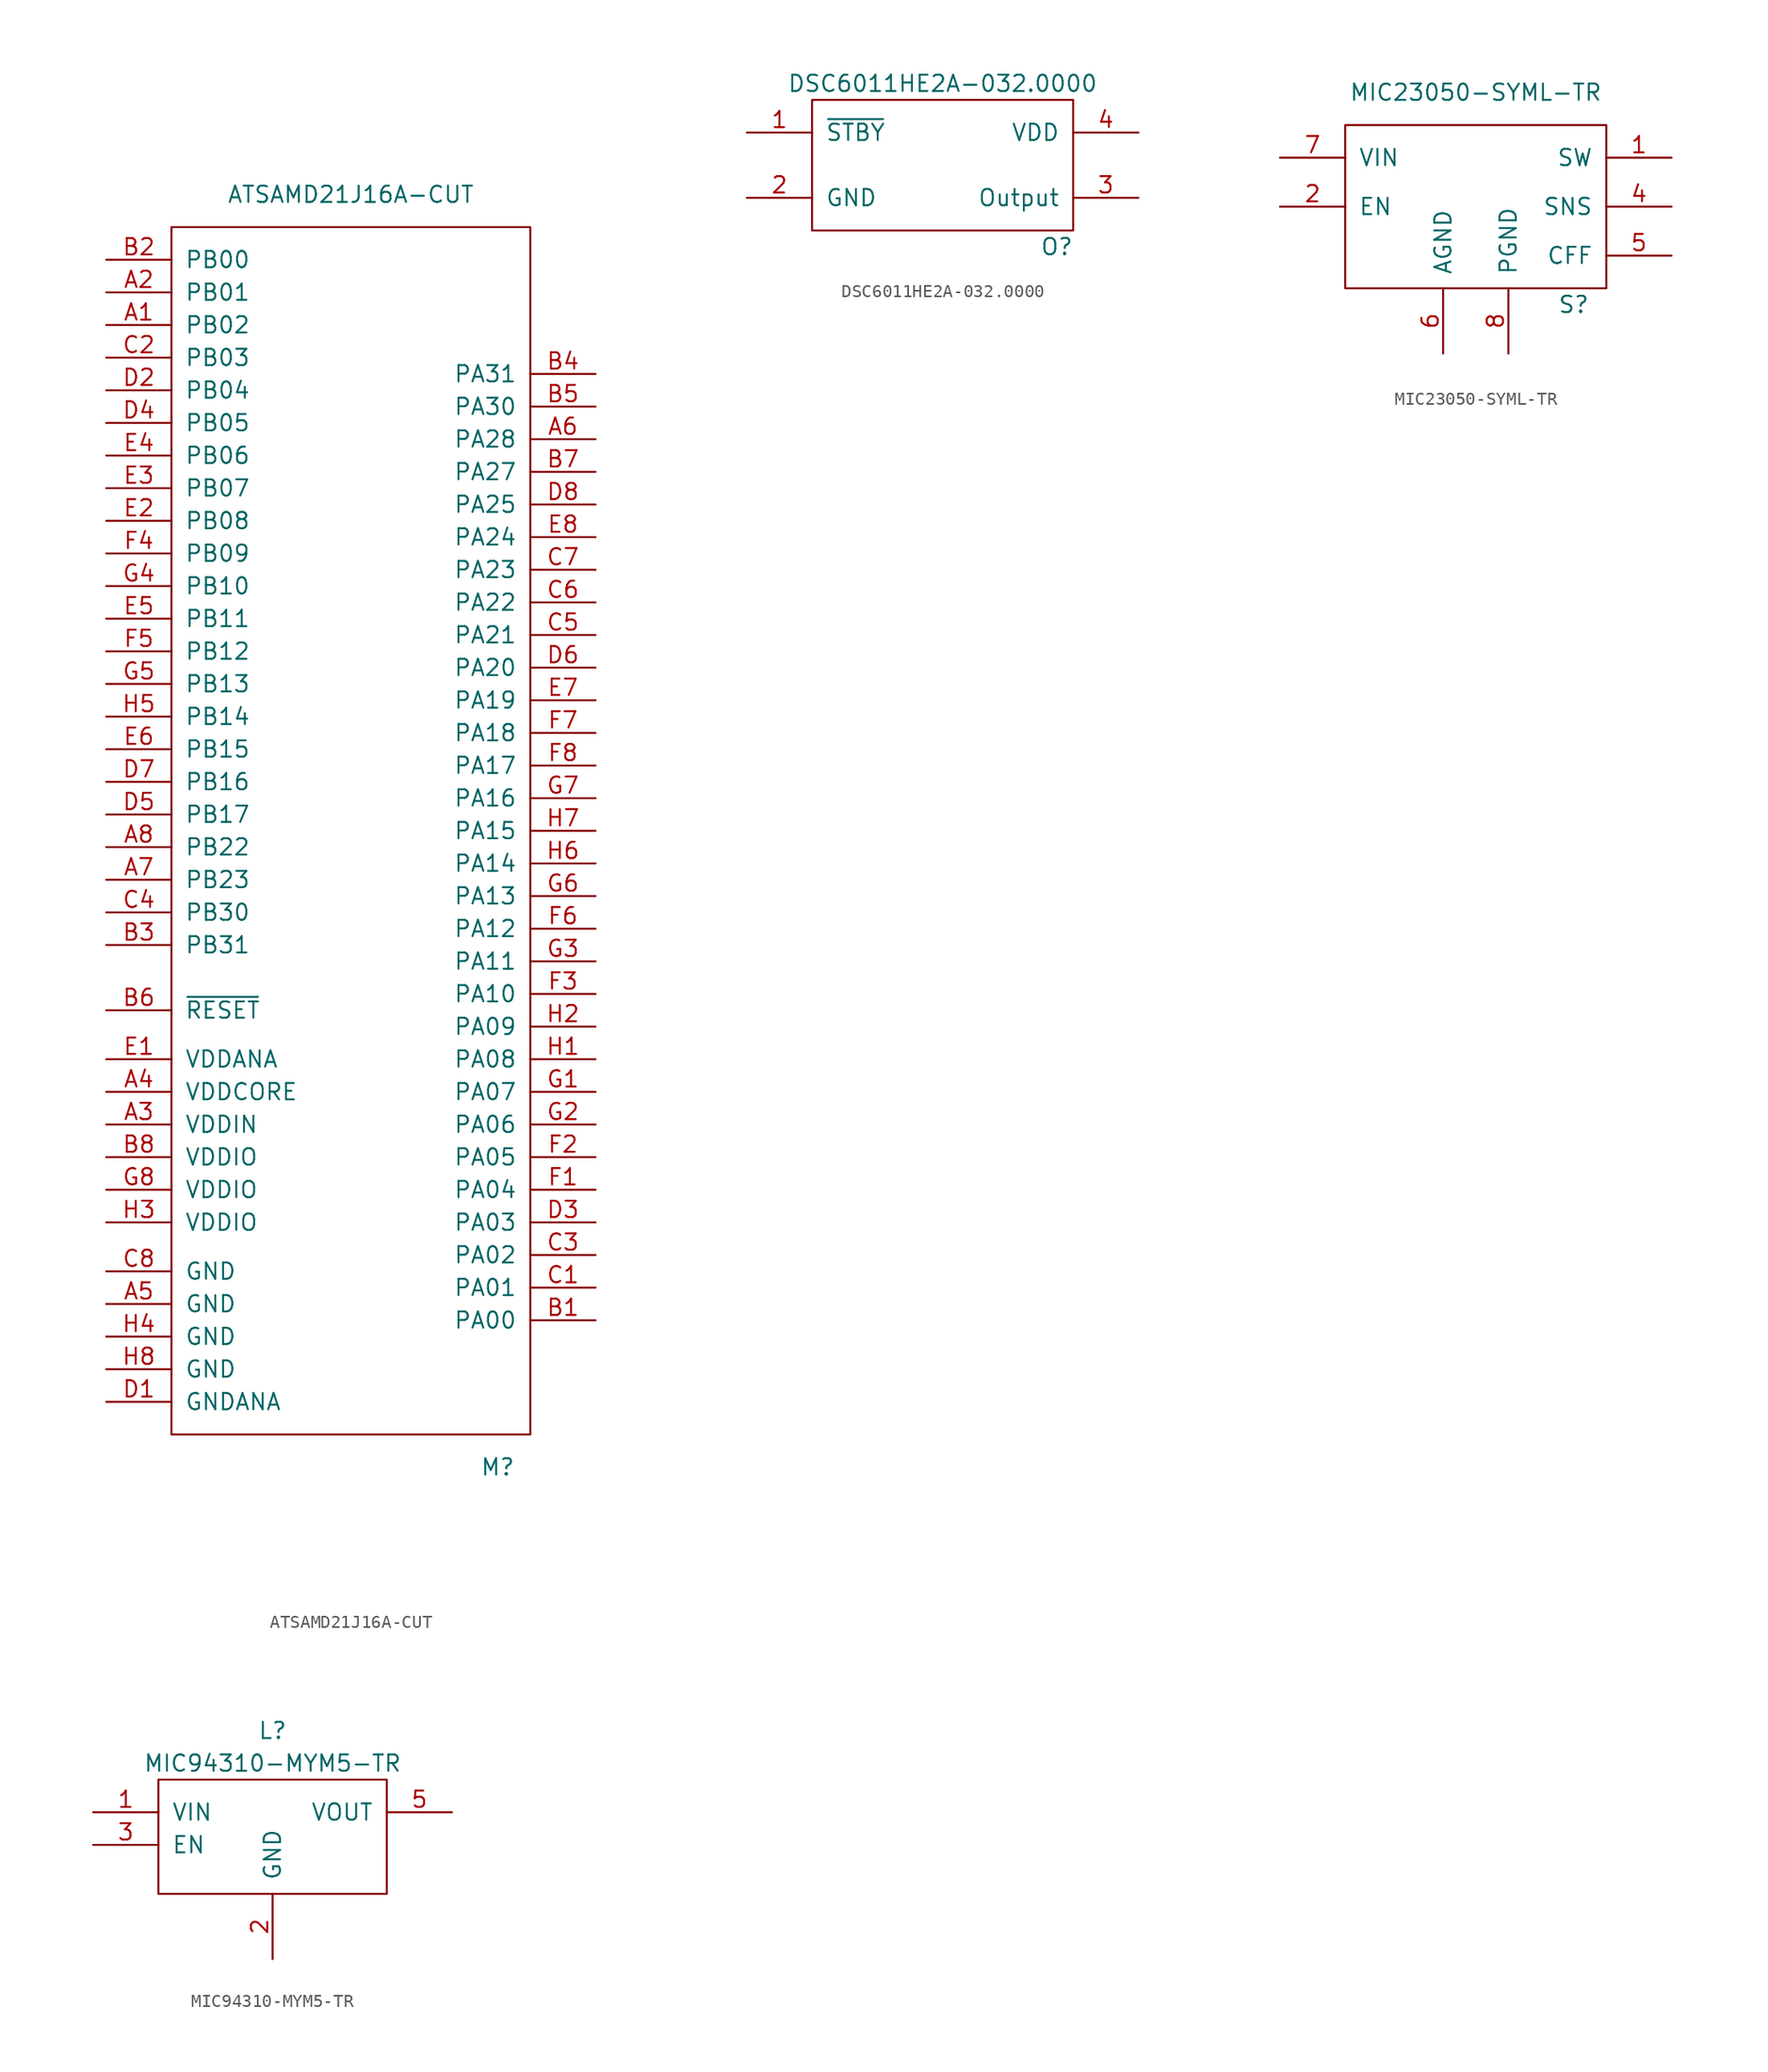
<source format=kicad_sym>
(kicad_symbol_lib
  (version 20211014)
  (generator kicad_symbol_editor)
  (symbol "ATSAMD21J16A-CUT"
    (pin_names
      (offset 1.016))
    (property "Reference" "M"
      (at 11.43 -38.1 0)
      (effects (font (size 1.27 1.27))))
    (property "Value" "ATSAMD21J16A-CUT"
      (at 0 60.96 0)
      (effects (font (size 1.27 1.27))))
    (symbol "ATSAMD21J16A-CUT_0_0"
      (pin bidirectional line (at -19.05 50.8 0) (length 5.08) (name "PB02" (effects (font (size 1.27 1.27)))) (number "A1" (effects (font (size 1.27 1.27)))))
      (pin bidirectional line (at -19.05 53.34 0) (length 5.08) (name "PB01" (effects (font (size 1.27 1.27)))) (number "A2" (effects (font (size 1.27 1.27)))))
      (pin power_in line (at -19.05 -11.43 0) (length 5.08) (name "VDDIN" (effects (font (size 1.27 1.27)))) (number "A3" (effects (font (size 1.27 1.27)))))
      (pin power_out line (at -19.05 -8.89 0) (length 5.08) (name "VDDCORE" (effects (font (size 1.27 1.27)))) (number "A4" (effects (font (size 1.27 1.27)))))
      (pin power_in line (at -19.05 -25.4 0) (length 5.08) (name "GND" (effects (font (size 1.27 1.27)))) (number "A5" (effects (font (size 1.27 1.27)))))
      (pin bidirectional line (at 19.05 41.91 180) (length 5.08) (name "PA28" (effects (font (size 1.27 1.27)))) (number "A6" (effects (font (size 1.27 1.27)))))
      (pin bidirectional line (at -19.05 7.62 0) (length 5.08) (name "PB23" (effects (font (size 1.27 1.27)))) (number "A7" (effects (font (size 1.27 1.27)))))
      (pin bidirectional line (at -19.05 10.16 0) (length 5.08) (name "PB22" (effects (font (size 1.27 1.27)))) (number "A8" (effects (font (size 1.27 1.27)))))
      (pin bidirectional line (at 19.05 -26.67 180) (length 5.08) (name "PA00" (effects (font (size 1.27 1.27)))) (number "B1" (effects (font (size 1.27 1.27)))))
      (pin bidirectional line (at -19.05 55.88 0) (length 5.08) (name "PB00" (effects (font (size 1.27 1.27)))) (number "B2" (effects (font (size 1.27 1.27)))))
      (pin bidirectional line (at -19.05 2.54 0) (length 5.08) (name "PB31" (effects (font (size 1.27 1.27)))) (number "B3" (effects (font (size 1.27 1.27)))))
      (pin bidirectional line (at 19.05 46.99 180) (length 5.08) (name "PA31" (effects (font (size 1.27 1.27)))) (number "B4" (effects (font (size 1.27 1.27)))))
      (pin bidirectional line (at 19.05 44.45 180) (length 5.08) (name "PA30" (effects (font (size 1.27 1.27)))) (number "B5" (effects (font (size 1.27 1.27)))))
      (pin input line (at -19.05 -2.54 0) (length 5.08) (name "~{RESET}" (effects (font (size 1.27 1.27)))) (number "B6" (effects (font (size 1.27 1.27)))))
      (pin bidirectional line (at 19.05 39.37 180) (length 5.08) (name "PA27" (effects (font (size 1.27 1.27)))) (number "B7" (effects (font (size 1.27 1.27)))))
      (pin power_in line (at -19.05 -13.97 0) (length 5.08) (name "VDDIO" (effects (font (size 1.27 1.27)))) (number "B8" (effects (font (size 1.27 1.27)))))
      (pin bidirectional line (at 19.05 -24.13 180) (length 5.08) (name "PA01" (effects (font (size 1.27 1.27)))) (number "C1" (effects (font (size 1.27 1.27)))))
      (pin bidirectional line (at -19.05 48.26 0) (length 5.08) (name "PB03" (effects (font (size 1.27 1.27)))) (number "C2" (effects (font (size 1.27 1.27)))))
      (pin bidirectional line (at 19.05 -21.59 180) (length 5.08) (name "PA02" (effects (font (size 1.27 1.27)))) (number "C3" (effects (font (size 1.27 1.27)))))
      (pin bidirectional line (at -19.05 5.08 0) (length 5.08) (name "PB30" (effects (font (size 1.27 1.27)))) (number "C4" (effects (font (size 1.27 1.27)))))
      (pin bidirectional line (at 19.05 26.67 180) (length 5.08) (name "PA21" (effects (font (size 1.27 1.27)))) (number "C5" (effects (font (size 1.27 1.27)))))
      (pin bidirectional line (at 19.05 29.21 180) (length 5.08) (name "PA22" (effects (font (size 1.27 1.27)))) (number "C6" (effects (font (size 1.27 1.27)))))
      (pin bidirectional line (at 19.05 31.75 180) (length 5.08) (name "PA23" (effects (font (size 1.27 1.27)))) (number "C7" (effects (font (size 1.27 1.27)))))
      (pin power_in line (at -19.05 -22.86 0) (length 5.08) (name "GND" (effects (font (size 1.27 1.27)))) (number "C8" (effects (font (size 1.27 1.27)))))
      (pin power_in line (at -19.05 -33.02 0) (length 5.08) (name "GNDANA" (effects (font (size 1.27 1.27)))) (number "D1" (effects (font (size 1.27 1.27)))))
      (pin bidirectional line (at -19.05 45.72 0) (length 5.08) (name "PB04" (effects (font (size 1.27 1.27)))) (number "D2" (effects (font (size 1.27 1.27)))))
      (pin bidirectional line (at 19.05 -19.05 180) (length 5.08) (name "PA03" (effects (font (size 1.27 1.27)))) (number "D3" (effects (font (size 1.27 1.27)))))
      (pin bidirectional line (at -19.05 43.18 0) (length 5.08) (name "PB05" (effects (font (size 1.27 1.27)))) (number "D4" (effects (font (size 1.27 1.27)))))
      (pin bidirectional line (at -19.05 12.7 0) (length 5.08) (name "PB17" (effects (font (size 1.27 1.27)))) (number "D5" (effects (font (size 1.27 1.27)))))
      (pin bidirectional line (at 19.05 24.13 180) (length 5.08) (name "PA20" (effects (font (size 1.27 1.27)))) (number "D6" (effects (font (size 1.27 1.27)))))
      (pin bidirectional line (at -19.05 15.24 0) (length 5.08) (name "PB16" (effects (font (size 1.27 1.27)))) (number "D7" (effects (font (size 1.27 1.27)))))
      (pin bidirectional line (at 19.05 36.83 180) (length 5.08) (name "PA25" (effects (font (size 1.27 1.27)))) (number "D8" (effects (font (size 1.27 1.27)))))
      (pin power_in line (at -19.05 -6.35 0) (length 5.08) (name "VDDANA" (effects (font (size 1.27 1.27)))) (number "E1" (effects (font (size 1.27 1.27)))))
      (pin bidirectional line (at -19.05 35.56 0) (length 5.08) (name "PB08" (effects (font (size 1.27 1.27)))) (number "E2" (effects (font (size 1.27 1.27)))))
      (pin bidirectional line (at -19.05 38.1 0) (length 5.08) (name "PB07" (effects (font (size 1.27 1.27)))) (number "E3" (effects (font (size 1.27 1.27)))))
      (pin bidirectional line (at -19.05 40.64 0) (length 5.08) (name "PB06" (effects (font (size 1.27 1.27)))) (number "E4" (effects (font (size 1.27 1.27)))))
      (pin bidirectional line (at -19.05 27.94 0) (length 5.08) (name "PB11" (effects (font (size 1.27 1.27)))) (number "E5" (effects (font (size 1.27 1.27)))))
      (pin bidirectional line (at -19.05 17.78 0) (length 5.08) (name "PB15" (effects (font (size 1.27 1.27)))) (number "E6" (effects (font (size 1.27 1.27)))))
      (pin bidirectional line (at 19.05 21.59 180) (length 5.08) (name "PA19" (effects (font (size 1.27 1.27)))) (number "E7" (effects (font (size 1.27 1.27)))))
      (pin bidirectional line (at 19.05 34.29 180) (length 5.08) (name "PA24" (effects (font (size 1.27 1.27)))) (number "E8" (effects (font (size 1.27 1.27)))))
      (pin bidirectional line (at 19.05 -16.51 180) (length 5.08) (name "PA04" (effects (font (size 1.27 1.27)))) (number "F1" (effects (font (size 1.27 1.27)))))
      (pin bidirectional line (at 19.05 -13.97 180) (length 5.08) (name "PA05" (effects (font (size 1.27 1.27)))) (number "F2" (effects (font (size 1.27 1.27)))))
      (pin bidirectional line (at 19.05 -1.27 180) (length 5.08) (name "PA10" (effects (font (size 1.27 1.27)))) (number "F3" (effects (font (size 1.27 1.27)))))
      (pin bidirectional line (at -19.05 33.02 0) (length 5.08) (name "PB09" (effects (font (size 1.27 1.27)))) (number "F4" (effects (font (size 1.27 1.27)))))
      (pin bidirectional line (at -19.05 25.4 0) (length 5.08) (name "PB12" (effects (font (size 1.27 1.27)))) (number "F5" (effects (font (size 1.27 1.27)))))
      (pin bidirectional line (at 19.05 3.81 180) (length 5.08) (name "PA12" (effects (font (size 1.27 1.27)))) (number "F6" (effects (font (size 1.27 1.27)))))
      (pin bidirectional line (at 19.05 19.05 180) (length 5.08) (name "PA18" (effects (font (size 1.27 1.27)))) (number "F7" (effects (font (size 1.27 1.27)))))
      (pin bidirectional line (at 19.05 16.51 180) (length 5.08) (name "PA17" (effects (font (size 1.27 1.27)))) (number "F8" (effects (font (size 1.27 1.27)))))
      (pin bidirectional line (at 19.05 -8.89 180) (length 5.08) (name "PA07" (effects (font (size 1.27 1.27)))) (number "G1" (effects (font (size 1.27 1.27)))))
      (pin bidirectional line (at 19.05 -11.43 180) (length 5.08) (name "PA06" (effects (font (size 1.27 1.27)))) (number "G2" (effects (font (size 1.27 1.27)))))
      (pin bidirectional line (at 19.05 1.27 180) (length 5.08) (name "PA11" (effects (font (size 1.27 1.27)))) (number "G3" (effects (font (size 1.27 1.27)))))
      (pin bidirectional line (at -19.05 30.48 0) (length 5.08) (name "PB10" (effects (font (size 1.27 1.27)))) (number "G4" (effects (font (size 1.27 1.27)))))
      (pin bidirectional line (at -19.05 22.86 0) (length 5.08) (name "PB13" (effects (font (size 1.27 1.27)))) (number "G5" (effects (font (size 1.27 1.27)))))
      (pin bidirectional line (at 19.05 6.35 180) (length 5.08) (name "PA13" (effects (font (size 1.27 1.27)))) (number "G6" (effects (font (size 1.27 1.27)))))
      (pin bidirectional line (at 19.05 13.97 180) (length 5.08) (name "PA16" (effects (font (size 1.27 1.27)))) (number "G7" (effects (font (size 1.27 1.27)))))
      (pin power_in line (at -19.05 -16.51 0) (length 5.08) (name "VDDIO" (effects (font (size 1.27 1.27)))) (number "G8" (effects (font (size 1.27 1.27)))))
      (pin bidirectional line (at 19.05 -6.35 180) (length 5.08) (name "PA08" (effects (font (size 1.27 1.27)))) (number "H1" (effects (font (size 1.27 1.27)))))
      (pin bidirectional line (at 19.05 -3.81 180) (length 5.08) (name "PA09" (effects (font (size 1.27 1.27)))) (number "H2" (effects (font (size 1.27 1.27)))))
      (pin power_in line (at -19.05 -19.05 0) (length 5.08) (name "VDDIO" (effects (font (size 1.27 1.27)))) (number "H3" (effects (font (size 1.27 1.27)))))
      (pin power_in line (at -19.05 -27.94 0) (length 5.08) (name "GND" (effects (font (size 1.27 1.27)))) (number "H4" (effects (font (size 1.27 1.27)))))
      (pin bidirectional line (at -19.05 20.32 0) (length 5.08) (name "PB14" (effects (font (size 1.27 1.27)))) (number "H5" (effects (font (size 1.27 1.27)))))
      (pin bidirectional line (at 19.05 8.89 180) (length 5.08) (name "PA14" (effects (font (size 1.27 1.27)))) (number "H6" (effects (font (size 1.27 1.27)))))
      (pin bidirectional line (at 19.05 11.43 180) (length 5.08) (name "PA15" (effects (font (size 1.27 1.27)))) (number "H7" (effects (font (size 1.27 1.27)))))
      (pin power_in line (at -19.05 -30.48 0) (length 5.08) (name "GND" (effects (font (size 1.27 1.27)))) (number "H8" (effects (font (size 1.27 1.27))))))
    (symbol "ATSAMD21J16A-CUT_0_1"
      (rectangle (start -13.97 58.42) (end 13.97 -35.56) (stroke (width 0) (type default) (color 0 0 0 0)) (fill (type none)))))
  (symbol "DSC6011HE2A-032.0000"
    (pin_names
      (offset 1.016))
    (property "Reference" "O"
      (at 8.89 -6.35 0)
      (effects (font (size 1.27 1.27))))
    (property "Value" "DSC6011HE2A-032.0000"
      (at 0 6.35 0)
      (effects (font (size 1.27 1.27))))
    (symbol "DSC6011HE2A-032.0000_0_1"
      (rectangle (start -10.16 5.08) (end 10.16 -5.08) (stroke (width 0) (type default) (color 0 0 0 0)) (fill (type none))))
    (symbol "DSC6011HE2A-032.0000_1_1"
      (pin input line (at -15.24 2.54 0) (length 5.08) (name "~{STBY}" (effects (font (size 1.27 1.27)))) (number "1" (effects (font (size 1.27 1.27)))))
      (pin power_in line (at -15.24 -2.54 0) (length 5.08) (name "GND" (effects (font (size 1.27 1.27)))) (number "2" (effects (font (size 1.27 1.27)))))
      (pin output line (at 15.24 -2.54 180) (length 5.08) (name "Output" (effects (font (size 1.27 1.27)))) (number "3" (effects (font (size 1.27 1.27)))))
      (pin power_in line (at 15.24 2.54 180) (length 5.08) (name "VDD" (effects (font (size 1.27 1.27)))) (number "4" (effects (font (size 1.27 1.27)))))))
  (symbol "MIC23050-SYML-TR"
    (pin_names
      (offset 1.016))
    (property "Reference" "S"
      (at 7.62 -7.62 0)
      (effects (font (size 1.27 1.27))))
    (property "Value" "MIC23050-SYML-TR"
      (at 0 8.89 0)
      (effects (font (size 1.27 1.27))))
    (symbol "MIC23050-SYML-TR_0_1"
      (rectangle (start -10.16 6.35) (end 10.16 -6.35) (stroke (width 0) (type default) (color 0 0 0 0)) (fill (type none))))
    (symbol "MIC23050-SYML-TR_1_1"
      (pin output line (at 15.24 3.81 180) (length 5.08) (name "SW" (effects (font (size 1.27 1.27)))) (number "1" (effects (font (size 1.27 1.27)))))
      (pin input line (at -15.24 0 0) (length 5.08) (name "EN" (effects (font (size 1.27 1.27)))) (number "2" (effects (font (size 1.27 1.27)))))
      (pin no_connect line (at -15.24 -3.81 0) (length 5.08) hide (name "NC" (effects (font (size 1.27 1.27)))) (number "3" (effects (font (size 1.27 1.27)))))
      (pin input line (at 15.24 0 180) (length 5.08) (name "SNS" (effects (font (size 1.27 1.27)))) (number "4" (effects (font (size 1.27 1.27)))))
      (pin bidirectional line (at 15.24 -3.81 180) (length 5.08) (name "CFF" (effects (font (size 1.27 1.27)))) (number "5" (effects (font (size 1.27 1.27)))))
      (pin power_in line (at -2.54 -11.43 90) (length 5.08) (name "AGND" (effects (font (size 1.27 1.27)))) (number "6" (effects (font (size 1.27 1.27)))))
      (pin power_in line (at -15.24 3.81 0) (length 5.08) (name "VIN" (effects (font (size 1.27 1.27)))) (number "7" (effects (font (size 1.27 1.27)))))
      (pin power_in line (at 2.54 -11.43 90) (length 5.08) (name "PGND" (effects (font (size 1.27 1.27)))) (number "8" (effects (font (size 1.27 1.27)))))))
  (symbol "MIC94310-MYM5-TR"
    (pin_names
      (offset 1.016))
    (property "Reference" "L"
      (at 0 7.62 0)
      (effects (font (size 1.27 1.27))))
    (property "Value" "MIC94310-MYM5-TR"
      (at 0 5.08 0)
      (effects (font (size 1.27 1.27))))
    (symbol "MIC94310-MYM5-TR_0_1"
      (rectangle (start -8.89 3.81) (end 8.89 -5.08) (stroke (width 0) (type default) (color 0 0 0 0)) (fill (type none))))
    (symbol "MIC94310-MYM5-TR_1_1"
      (pin power_in line (at -13.97 1.27 0) (length 5.08) (name "VIN" (effects (font (size 1.27 1.27)))) (number "1" (effects (font (size 1.27 1.27)))))
      (pin power_in line (at 0 -10.16 90) (length 5.08) (name "GND" (effects (font (size 1.27 1.27)))) (number "2" (effects (font (size 1.27 1.27)))))
      (pin input line (at -13.97 -1.27 0) (length 5.08) (name "EN" (effects (font (size 1.27 1.27)))) (number "3" (effects (font (size 1.27 1.27)))))
      (pin no_connect line (at 13.97 -1.27 180) (length 5.08) hide (name "NC" (effects (font (size 1.27 1.27)))) (number "4" (effects (font (size 1.27 1.27)))))
      (pin power_out line (at 13.97 1.27 180) (length 5.08) (name "VOUT" (effects (font (size 1.27 1.27)))) (number "5" (effects (font (size 1.27 1.27))))))))
</source>
